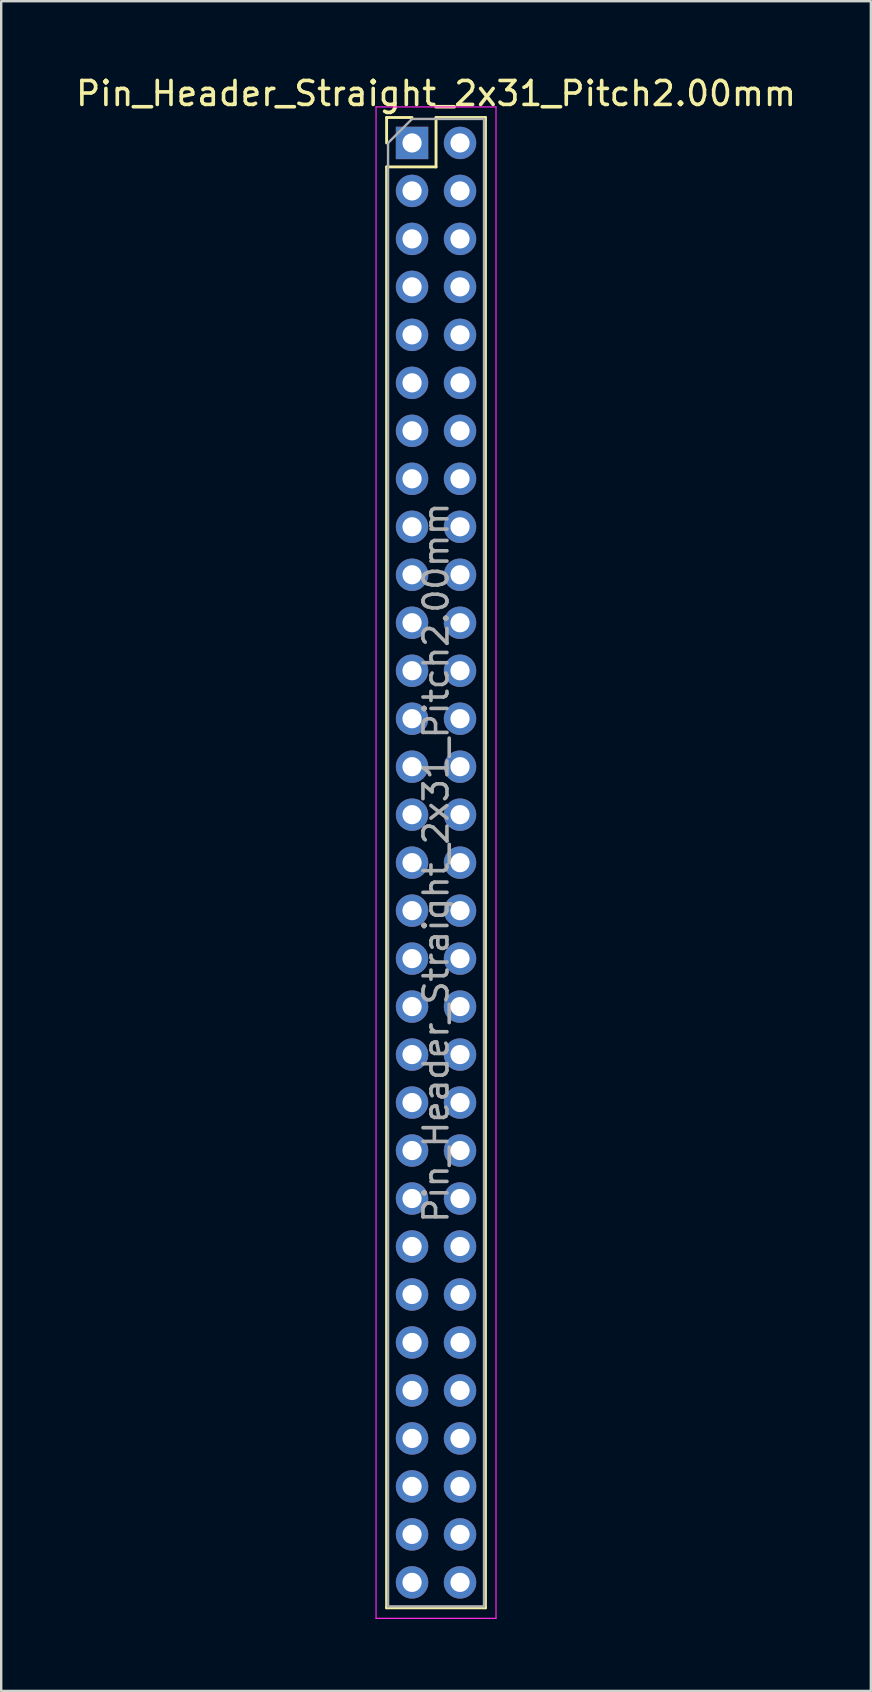
<source format=kicad_pcb>
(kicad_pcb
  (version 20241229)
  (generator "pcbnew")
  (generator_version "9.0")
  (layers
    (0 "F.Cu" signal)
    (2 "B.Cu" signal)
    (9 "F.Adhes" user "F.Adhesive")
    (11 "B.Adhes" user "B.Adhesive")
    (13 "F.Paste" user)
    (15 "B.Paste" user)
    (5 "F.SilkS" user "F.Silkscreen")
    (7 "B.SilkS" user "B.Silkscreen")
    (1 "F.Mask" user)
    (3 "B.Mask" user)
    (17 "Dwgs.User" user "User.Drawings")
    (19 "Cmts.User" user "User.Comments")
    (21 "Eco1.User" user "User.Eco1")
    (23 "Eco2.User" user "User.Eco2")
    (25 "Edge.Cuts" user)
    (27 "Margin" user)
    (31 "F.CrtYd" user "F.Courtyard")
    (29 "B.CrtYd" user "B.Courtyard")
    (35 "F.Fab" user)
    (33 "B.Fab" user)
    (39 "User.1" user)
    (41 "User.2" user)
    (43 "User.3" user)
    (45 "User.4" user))
  (footprint "Pin_Header_Straight_2x31_Pitch2.00mm"
    (layer "F.Cu")
    (at 14.125 2.908)
    (property "Reference" "Pin_Header_Straight_2x31_Pitch2.00mm" (at 1 -2.06 0) (layer "F.SilkS") (effects (font (size 1 1) (thickness 0.15))))
    (attr through_hole)
    (fp_line (start -1.06 -1.06) (end 0 -1.06) (stroke (width 0.12) (type solid)) (layer "F.SilkS"))
    (fp_line (start -1.06 0) (end -1.06 -1.06) (stroke (width 0.12) (type solid)) (layer "F.SilkS"))
    (fp_line (start -1.06 1) (end -1.06 61.06) (stroke (width 0.12) (type solid)) (layer "F.SilkS"))
    (fp_line (start -1.06 61.06) (end 3.06 61.06) (stroke (width 0.12) (type solid)) (layer "F.SilkS"))
    (fp_line (start 1 -1.06) (end 1 1) (stroke (width 0.12) (type solid)) (layer "F.SilkS"))
    (fp_line (start 1 1) (end -1.06 1) (stroke (width 0.12) (type solid)) (layer "F.SilkS"))
    (fp_line (start 3.06 -1.06) (end 1 -1.06) (stroke (width 0.12) (type solid)) (layer "F.SilkS"))
    (fp_line (start 3.06 61.06) (end 3.06 -1.06) (stroke (width 0.12) (type solid)) (layer "F.SilkS"))
    (fp_line (start -1.5 -1.5) (end -1.5 61.5) (stroke (width 0.05) (type solid)) (layer "F.CrtYd"))
    (fp_line (start -1.5 61.5) (end 3.5 61.5) (stroke (width 0.05) (type solid)) (layer "F.CrtYd"))
    (fp_line (start 3.5 -1.5) (end -1.5 -1.5) (stroke (width 0.05) (type solid)) (layer "F.CrtYd"))
    (fp_line (start 3.5 61.5) (end 3.5 -1.5) (stroke (width 0.05) (type solid)) (layer "F.CrtYd"))
    (fp_line (start -1 0) (end 0 -1) (stroke (width 0.1) (type solid)) (layer "F.Fab"))
    (fp_line (start -1 61) (end -1 0) (stroke (width 0.1) (type solid)) (layer "F.Fab"))
    (fp_line (start 0 -1) (end 3 -1) (stroke (width 0.1) (type solid)) (layer "F.Fab"))
    (fp_line (start 3 -1) (end 3 61) (stroke (width 0.1) (type solid)) (layer "F.Fab"))
    (fp_line (start 3 61) (end -1 61) (stroke (width 0.1) (type solid)) (layer "F.Fab"))
    (fp_text user "${REFERENCE}" (at 1 30 90) (layer "F.Fab") (effects (font (size 1 1) (thickness 0.15))))
    (pad "1" thru_hole rect (at 0 0) (size 1.35 1.35) (drill 0.8) (layers "*.Cu" "*.Mask"))
    (pad "2" thru_hole oval (at 2 0) (size 1.35 1.35) (drill 0.8) (layers "*.Cu" "*.Mask"))
    (pad "3" thru_hole oval (at 0 2) (size 1.35 1.35) (drill 0.8) (layers "*.Cu" "*.Mask"))
    (pad "4" thru_hole oval (at 2 2) (size 1.35 1.35) (drill 0.8) (layers "*.Cu" "*.Mask"))
    (pad "5" thru_hole oval (at 0 4) (size 1.35 1.35) (drill 0.8) (layers "*.Cu" "*.Mask"))
    (pad "6" thru_hole oval (at 2 4) (size 1.35 1.35) (drill 0.8) (layers "*.Cu" "*.Mask"))
    (pad "7" thru_hole oval (at 0 6) (size 1.35 1.35) (drill 0.8) (layers "*.Cu" "*.Mask"))
    (pad "8" thru_hole oval (at 2 6) (size 1.35 1.35) (drill 0.8) (layers "*.Cu" "*.Mask"))
    (pad "9" thru_hole oval (at 0 8) (size 1.35 1.35) (drill 0.8) (layers "*.Cu" "*.Mask"))
    (pad "10" thru_hole oval (at 2 8) (size 1.35 1.35) (drill 0.8) (layers "*.Cu" "*.Mask"))
    (pad "11" thru_hole oval (at 0 10) (size 1.35 1.35) (drill 0.8) (layers "*.Cu" "*.Mask"))
    (pad "12" thru_hole oval (at 2 10) (size 1.35 1.35) (drill 0.8) (layers "*.Cu" "*.Mask"))
    (pad "13" thru_hole oval (at 0 12) (size 1.35 1.35) (drill 0.8) (layers "*.Cu" "*.Mask"))
    (pad "14" thru_hole oval (at 2 12) (size 1.35 1.35) (drill 0.8) (layers "*.Cu" "*.Mask"))
    (pad "15" thru_hole oval (at 0 14) (size 1.35 1.35) (drill 0.8) (layers "*.Cu" "*.Mask"))
    (pad "16" thru_hole oval (at 2 14) (size 1.35 1.35) (drill 0.8) (layers "*.Cu" "*.Mask"))
    (pad "17" thru_hole oval (at 0 16) (size 1.35 1.35) (drill 0.8) (layers "*.Cu" "*.Mask"))
    (pad "18" thru_hole oval (at 2 16) (size 1.35 1.35) (drill 0.8) (layers "*.Cu" "*.Mask"))
    (pad "19" thru_hole oval (at 0 18) (size 1.35 1.35) (drill 0.8) (layers "*.Cu" "*.Mask"))
    (pad "20" thru_hole oval (at 2 18) (size 1.35 1.35) (drill 0.8) (layers "*.Cu" "*.Mask"))
    (pad "21" thru_hole oval (at 0 20) (size 1.35 1.35) (drill 0.8) (layers "*.Cu" "*.Mask"))
    (pad "22" thru_hole oval (at 2 20) (size 1.35 1.35) (drill 0.8) (layers "*.Cu" "*.Mask"))
    (pad "23" thru_hole oval (at 0 22) (size 1.35 1.35) (drill 0.8) (layers "*.Cu" "*.Mask"))
    (pad "24" thru_hole oval (at 2 22) (size 1.35 1.35) (drill 0.8) (layers "*.Cu" "*.Mask"))
    (pad "25" thru_hole oval (at 0 24) (size 1.35 1.35) (drill 0.8) (layers "*.Cu" "*.Mask"))
    (pad "26" thru_hole oval (at 2 24) (size 1.35 1.35) (drill 0.8) (layers "*.Cu" "*.Mask"))
    (pad "27" thru_hole oval (at 0 26) (size 1.35 1.35) (drill 0.8) (layers "*.Cu" "*.Mask"))
    (pad "28" thru_hole oval (at 2 26) (size 1.35 1.35) (drill 0.8) (layers "*.Cu" "*.Mask"))
    (pad "29" thru_hole oval (at 0 28) (size 1.35 1.35) (drill 0.8) (layers "*.Cu" "*.Mask"))
    (pad "30" thru_hole oval (at 2 28) (size 1.35 1.35) (drill 0.8) (layers "*.Cu" "*.Mask"))
    (pad "31" thru_hole oval (at 0 30) (size 1.35 1.35) (drill 0.8) (layers "*.Cu" "*.Mask"))
    (pad "32" thru_hole oval (at 2 30) (size 1.35 1.35) (drill 0.8) (layers "*.Cu" "*.Mask"))
    (pad "33" thru_hole oval (at 0 32) (size 1.35 1.35) (drill 0.8) (layers "*.Cu" "*.Mask"))
    (pad "34" thru_hole oval (at 2 32) (size 1.35 1.35) (drill 0.8) (layers "*.Cu" "*.Mask"))
    (pad "35" thru_hole oval (at 0 34) (size 1.35 1.35) (drill 0.8) (layers "*.Cu" "*.Mask"))
    (pad "36" thru_hole oval (at 2 34) (size 1.35 1.35) (drill 0.8) (layers "*.Cu" "*.Mask"))
    (pad "37" thru_hole oval (at 0 36) (size 1.35 1.35) (drill 0.8) (layers "*.Cu" "*.Mask"))
    (pad "38" thru_hole oval (at 2 36) (size 1.35 1.35) (drill 0.8) (layers "*.Cu" "*.Mask"))
    (pad "39" thru_hole oval (at 0 38) (size 1.35 1.35) (drill 0.8) (layers "*.Cu" "*.Mask"))
    (pad "40" thru_hole oval (at 2 38) (size 1.35 1.35) (drill 0.8) (layers "*.Cu" "*.Mask"))
    (pad "41" thru_hole oval (at 0 40) (size 1.35 1.35) (drill 0.8) (layers "*.Cu" "*.Mask"))
    (pad "42" thru_hole oval (at 2 40) (size 1.35 1.35) (drill 0.8) (layers "*.Cu" "*.Mask"))
    (pad "43" thru_hole oval (at 0 42) (size 1.35 1.35) (drill 0.8) (layers "*.Cu" "*.Mask"))
    (pad "44" thru_hole oval (at 2 42) (size 1.35 1.35) (drill 0.8) (layers "*.Cu" "*.Mask"))
    (pad "45" thru_hole oval (at 0 44) (size 1.35 1.35) (drill 0.8) (layers "*.Cu" "*.Mask"))
    (pad "46" thru_hole oval (at 2 44) (size 1.35 1.35) (drill 0.8) (layers "*.Cu" "*.Mask"))
    (pad "47" thru_hole oval (at 0 46) (size 1.35 1.35) (drill 0.8) (layers "*.Cu" "*.Mask"))
    (pad "48" thru_hole oval (at 2 46) (size 1.35 1.35) (drill 0.8) (layers "*.Cu" "*.Mask"))
    (pad "49" thru_hole oval (at 0 48) (size 1.35 1.35) (drill 0.8) (layers "*.Cu" "*.Mask"))
    (pad "50" thru_hole oval (at 2 48) (size 1.35 1.35) (drill 0.8) (layers "*.Cu" "*.Mask"))
    (pad "51" thru_hole oval (at 0 50) (size 1.35 1.35) (drill 0.8) (layers "*.Cu" "*.Mask"))
    (pad "52" thru_hole oval (at 2 50) (size 1.35 1.35) (drill 0.8) (layers "*.Cu" "*.Mask"))
    (pad "53" thru_hole oval (at 0 52) (size 1.35 1.35) (drill 0.8) (layers "*.Cu" "*.Mask"))
    (pad "54" thru_hole oval (at 2 52) (size 1.35 1.35) (drill 0.8) (layers "*.Cu" "*.Mask"))
    (pad "55" thru_hole oval (at 0 54) (size 1.35 1.35) (drill 0.8) (layers "*.Cu" "*.Mask"))
    (pad "56" thru_hole oval (at 2 54) (size 1.35 1.35) (drill 0.8) (layers "*.Cu" "*.Mask"))
    (pad "57" thru_hole oval (at 0 56) (size 1.35 1.35) (drill 0.8) (layers "*.Cu" "*.Mask"))
    (pad "58" thru_hole oval (at 2 56) (size 1.35 1.35) (drill 0.8) (layers "*.Cu" "*.Mask"))
    (pad "59" thru_hole oval (at 0 58) (size 1.35 1.35) (drill 0.8) (layers "*.Cu" "*.Mask"))
    (pad "60" thru_hole oval (at 2 58) (size 1.35 1.35) (drill 0.8) (layers "*.Cu" "*.Mask"))
    (pad "61" thru_hole oval (at 0 60) (size 1.35 1.35) (drill 0.8) (layers "*.Cu" "*.Mask"))
    (pad "62" thru_hole oval (at 2 60) (size 1.35 1.35) (drill 0.8) (layers "*.Cu" "*.Mask")))
  (gr_rect
    (start -3 -3)
    (end 33.25 67.433)
    (stroke (width 0.1) (type default))
    (fill no)
    (layer "Edge.Cuts")))
</source>
